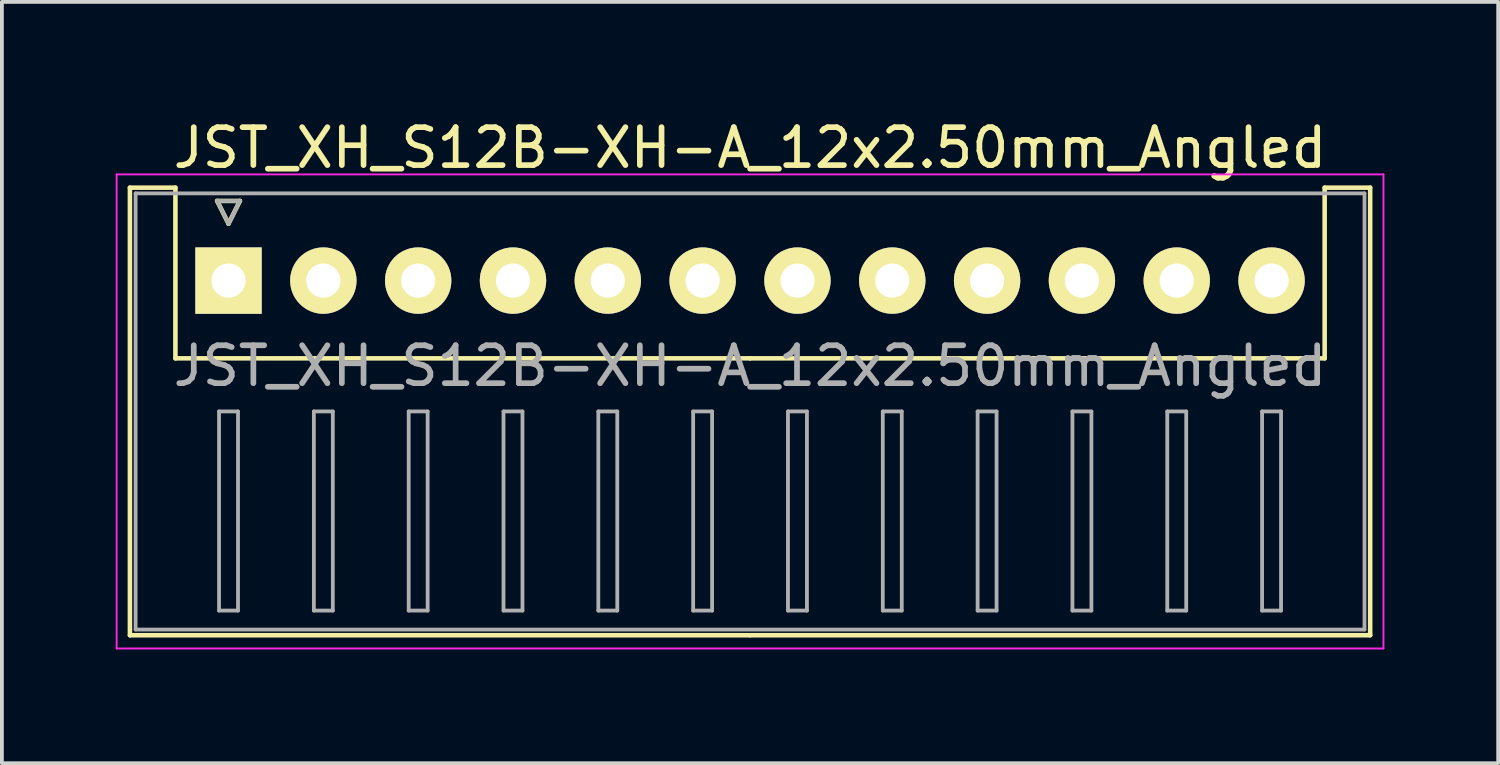
<source format=kicad_pcb>
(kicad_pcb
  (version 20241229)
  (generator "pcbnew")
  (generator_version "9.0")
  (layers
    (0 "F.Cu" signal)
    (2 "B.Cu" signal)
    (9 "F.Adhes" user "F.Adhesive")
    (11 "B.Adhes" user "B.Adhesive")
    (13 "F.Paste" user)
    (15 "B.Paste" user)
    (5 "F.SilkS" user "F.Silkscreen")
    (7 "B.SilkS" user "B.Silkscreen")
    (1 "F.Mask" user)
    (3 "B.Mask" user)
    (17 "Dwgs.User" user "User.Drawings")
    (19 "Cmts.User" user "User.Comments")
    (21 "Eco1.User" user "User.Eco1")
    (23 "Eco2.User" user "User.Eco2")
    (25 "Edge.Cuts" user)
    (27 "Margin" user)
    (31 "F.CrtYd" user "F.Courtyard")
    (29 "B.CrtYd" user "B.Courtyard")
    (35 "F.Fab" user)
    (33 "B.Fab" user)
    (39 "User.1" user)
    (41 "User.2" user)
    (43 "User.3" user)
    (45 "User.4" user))
  (footprint "JST_XH_S12B-XH-A_12x2.50mm_Angled"
    (layer "F.Cu")
    (at 2.975 4.348)
    (property "Reference" "JST_XH_S12B-XH-A_12x2.50mm_Angled" (at 13.75 -3.5 0) (layer "F.SilkS") (effects (font (size 1 1) (thickness 0.15))))
    (attr through_hole)
    (fp_line (start -2.6 -2.45) (end -1.4 -2.45) (stroke (width 0.12) (type solid)) (layer "F.SilkS"))
    (fp_line (start -2.6 9.35) (end -2.6 -2.45) (stroke (width 0.12) (type solid)) (layer "F.SilkS"))
    (fp_line (start -1.4 -2.45) (end -1.4 2.05) (stroke (width 0.12) (type solid)) (layer "F.SilkS"))
    (fp_line (start -1.4 2.05) (end 13.75 2.05) (stroke (width 0.12) (type solid)) (layer "F.SilkS"))
    (fp_line (start -0.3 -2.1) (end 0.3 -2.1) (stroke (width 0.12) (type solid)) (layer "F.SilkS"))
    (fp_line (start 0 -1.5) (end -0.3 -2.1) (stroke (width 0.12) (type solid)) (layer "F.SilkS"))
    (fp_line (start 0.3 -2.1) (end 0 -1.5) (stroke (width 0.12) (type solid)) (layer "F.SilkS"))
    (fp_line (start 13.75 9.35) (end -2.6 9.35) (stroke (width 0.12) (type solid)) (layer "F.SilkS"))
    (fp_line (start 13.75 9.35) (end 30.1 9.35) (stroke (width 0.12) (type solid)) (layer "F.SilkS"))
    (fp_line (start 28.9 -2.45) (end 28.9 2.05) (stroke (width 0.12) (type solid)) (layer "F.SilkS"))
    (fp_line (start 28.9 2.05) (end 13.75 2.05) (stroke (width 0.12) (type solid)) (layer "F.SilkS"))
    (fp_line (start 30.1 -2.45) (end 28.9 -2.45) (stroke (width 0.12) (type solid)) (layer "F.SilkS"))
    (fp_line (start 30.1 9.35) (end 30.1 -2.45) (stroke (width 0.12) (type solid)) (layer "F.SilkS"))
    (fp_line (start -2.95 -2.8) (end -2.95 9.7) (stroke (width 0.05) (type solid)) (layer "F.CrtYd"))
    (fp_line (start -2.95 9.7) (end 30.45 9.7) (stroke (width 0.05) (type solid)) (layer "F.CrtYd"))
    (fp_line (start 30.45 -2.8) (end -2.95 -2.8) (stroke (width 0.05) (type solid)) (layer "F.CrtYd"))
    (fp_line (start 30.45 9.7) (end 30.45 -2.8) (stroke (width 0.05) (type solid)) (layer "F.CrtYd"))
    (fp_line (start -2.45 -2.3) (end -2.45 9.2) (stroke (width 0.1) (type solid)) (layer "F.Fab"))
    (fp_line (start -2.45 9.2) (end 29.95 9.2) (stroke (width 0.1) (type solid)) (layer "F.Fab"))
    (fp_line (start -0.3 -2.1) (end 0.3 -2.1) (stroke (width 0.1) (type solid)) (layer "F.Fab"))
    (fp_line (start -0.25 3.45) (end -0.25 8.7) (stroke (width 0.1) (type solid)) (layer "F.Fab"))
    (fp_line (start -0.25 8.7) (end 0.25 8.7) (stroke (width 0.1) (type solid)) (layer "F.Fab"))
    (fp_line (start 0 -1.5) (end -0.3 -2.1) (stroke (width 0.1) (type solid)) (layer "F.Fab"))
    (fp_line (start 0.25 3.45) (end -0.25 3.45) (stroke (width 0.1) (type solid)) (layer "F.Fab"))
    (fp_line (start 0.25 8.7) (end 0.25 3.45) (stroke (width 0.1) (type solid)) (layer "F.Fab"))
    (fp_line (start 0.3 -2.1) (end 0 -1.5) (stroke (width 0.1) (type solid)) (layer "F.Fab"))
    (fp_line (start 2.25 3.45) (end 2.25 8.7) (stroke (width 0.1) (type solid)) (layer "F.Fab"))
    (fp_line (start 2.25 8.7) (end 2.75 8.7) (stroke (width 0.1) (type solid)) (layer "F.Fab"))
    (fp_line (start 2.75 3.45) (end 2.25 3.45) (stroke (width 0.1) (type solid)) (layer "F.Fab"))
    (fp_line (start 2.75 8.7) (end 2.75 3.45) (stroke (width 0.1) (type solid)) (layer "F.Fab"))
    (fp_line (start 4.75 3.45) (end 4.75 8.7) (stroke (width 0.1) (type solid)) (layer "F.Fab"))
    (fp_line (start 4.75 8.7) (end 5.25 8.7) (stroke (width 0.1) (type solid)) (layer "F.Fab"))
    (fp_line (start 5.25 3.45) (end 4.75 3.45) (stroke (width 0.1) (type solid)) (layer "F.Fab"))
    (fp_line (start 5.25 8.7) (end 5.25 3.45) (stroke (width 0.1) (type solid)) (layer "F.Fab"))
    (fp_line (start 7.25 3.45) (end 7.25 8.7) (stroke (width 0.1) (type solid)) (layer "F.Fab"))
    (fp_line (start 7.25 8.7) (end 7.75 8.7) (stroke (width 0.1) (type solid)) (layer "F.Fab"))
    (fp_line (start 7.75 3.45) (end 7.25 3.45) (stroke (width 0.1) (type solid)) (layer "F.Fab"))
    (fp_line (start 7.75 8.7) (end 7.75 3.45) (stroke (width 0.1) (type solid)) (layer "F.Fab"))
    (fp_line (start 9.75 3.45) (end 9.75 8.7) (stroke (width 0.1) (type solid)) (layer "F.Fab"))
    (fp_line (start 9.75 8.7) (end 10.25 8.7) (stroke (width 0.1) (type solid)) (layer "F.Fab"))
    (fp_line (start 10.25 3.45) (end 9.75 3.45) (stroke (width 0.1) (type solid)) (layer "F.Fab"))
    (fp_line (start 10.25 8.7) (end 10.25 3.45) (stroke (width 0.1) (type solid)) (layer "F.Fab"))
    (fp_line (start 12.25 3.45) (end 12.25 8.7) (stroke (width 0.1) (type solid)) (layer "F.Fab"))
    (fp_line (start 12.25 8.7) (end 12.75 8.7) (stroke (width 0.1) (type solid)) (layer "F.Fab"))
    (fp_line (start 12.75 3.45) (end 12.25 3.45) (stroke (width 0.1) (type solid)) (layer "F.Fab"))
    (fp_line (start 12.75 8.7) (end 12.75 3.45) (stroke (width 0.1) (type solid)) (layer "F.Fab"))
    (fp_line (start 14.75 3.45) (end 14.75 8.7) (stroke (width 0.1) (type solid)) (layer "F.Fab"))
    (fp_line (start 14.75 8.7) (end 15.25 8.7) (stroke (width 0.1) (type solid)) (layer "F.Fab"))
    (fp_line (start 15.25 3.45) (end 14.75 3.45) (stroke (width 0.1) (type solid)) (layer "F.Fab"))
    (fp_line (start 15.25 8.7) (end 15.25 3.45) (stroke (width 0.1) (type solid)) (layer "F.Fab"))
    (fp_line (start 17.25 3.45) (end 17.25 8.7) (stroke (width 0.1) (type solid)) (layer "F.Fab"))
    (fp_line (start 17.25 8.7) (end 17.75 8.7) (stroke (width 0.1) (type solid)) (layer "F.Fab"))
    (fp_line (start 17.75 3.45) (end 17.25 3.45) (stroke (width 0.1) (type solid)) (layer "F.Fab"))
    (fp_line (start 17.75 8.7) (end 17.75 3.45) (stroke (width 0.1) (type solid)) (layer "F.Fab"))
    (fp_line (start 19.75 3.45) (end 19.75 8.7) (stroke (width 0.1) (type solid)) (layer "F.Fab"))
    (fp_line (start 19.75 8.7) (end 20.25 8.7) (stroke (width 0.1) (type solid)) (layer "F.Fab"))
    (fp_line (start 20.25 3.45) (end 19.75 3.45) (stroke (width 0.1) (type solid)) (layer "F.Fab"))
    (fp_line (start 20.25 8.7) (end 20.25 3.45) (stroke (width 0.1) (type solid)) (layer "F.Fab"))
    (fp_line (start 22.25 3.45) (end 22.25 8.7) (stroke (width 0.1) (type solid)) (layer "F.Fab"))
    (fp_line (start 22.25 8.7) (end 22.75 8.7) (stroke (width 0.1) (type solid)) (layer "F.Fab"))
    (fp_line (start 22.75 3.45) (end 22.25 3.45) (stroke (width 0.1) (type solid)) (layer "F.Fab"))
    (fp_line (start 22.75 8.7) (end 22.75 3.45) (stroke (width 0.1) (type solid)) (layer "F.Fab"))
    (fp_line (start 24.75 3.45) (end 24.75 8.7) (stroke (width 0.1) (type solid)) (layer "F.Fab"))
    (fp_line (start 24.75 8.7) (end 25.25 8.7) (stroke (width 0.1) (type solid)) (layer "F.Fab"))
    (fp_line (start 25.25 3.45) (end 24.75 3.45) (stroke (width 0.1) (type solid)) (layer "F.Fab"))
    (fp_line (start 25.25 8.7) (end 25.25 3.45) (stroke (width 0.1) (type solid)) (layer "F.Fab"))
    (fp_line (start 27.25 3.45) (end 27.25 8.7) (stroke (width 0.1) (type solid)) (layer "F.Fab"))
    (fp_line (start 27.25 8.7) (end 27.75 8.7) (stroke (width 0.1) (type solid)) (layer "F.Fab"))
    (fp_line (start 27.75 3.45) (end 27.25 3.45) (stroke (width 0.1) (type solid)) (layer "F.Fab"))
    (fp_line (start 27.75 8.7) (end 27.75 3.45) (stroke (width 0.1) (type solid)) (layer "F.Fab"))
    (fp_line (start 29.95 -2.3) (end -2.45 -2.3) (stroke (width 0.1) (type solid)) (layer "F.Fab"))
    (fp_line (start 29.95 9.2) (end 29.95 -2.3) (stroke (width 0.1) (type solid)) (layer "F.Fab"))
    (fp_text user "${REFERENCE}" (at 13.75 2.25 0) (layer "F.Fab") (effects (font (size 1 1) (thickness 0.15))))
    (pad "1" thru_hole rect (at 0 0) (size 1.75 1.75) (drill 0.9) (layers "*.Cu" "*.Mask" "F.SilkS"))
    (pad "2" thru_hole circle (at 2.5 0) (size 1.75 1.75) (drill 0.9) (layers "*.Cu" "*.Mask" "F.SilkS"))
    (pad "3" thru_hole circle (at 5 0) (size 1.75 1.75) (drill 0.9) (layers "*.Cu" "*.Mask" "F.SilkS"))
    (pad "4" thru_hole circle (at 7.5 0) (size 1.75 1.75) (drill 0.9) (layers "*.Cu" "*.Mask" "F.SilkS"))
    (pad "5" thru_hole circle (at 10 0) (size 1.75 1.75) (drill 0.9) (layers "*.Cu" "*.Mask" "F.SilkS"))
    (pad "6" thru_hole circle (at 12.5 0) (size 1.75 1.75) (drill 0.9) (layers "*.Cu" "*.Mask" "F.SilkS"))
    (pad "7" thru_hole circle (at 15 0) (size 1.75 1.75) (drill 0.9) (layers "*.Cu" "*.Mask" "F.SilkS"))
    (pad "8" thru_hole circle (at 17.5 0) (size 1.75 1.75) (drill 0.9) (layers "*.Cu" "*.Mask" "F.SilkS"))
    (pad "9" thru_hole circle (at 20 0) (size 1.75 1.75) (drill 0.9) (layers "*.Cu" "*.Mask" "F.SilkS"))
    (pad "10" thru_hole circle (at 22.5 0) (size 1.75 1.75) (drill 0.9) (layers "*.Cu" "*.Mask" "F.SilkS"))
    (pad "11" thru_hole circle (at 25 0) (size 1.75 1.75) (drill 0.9) (layers "*.Cu" "*.Mask" "F.SilkS"))
    (pad "12" thru_hole circle (at 27.5 0) (size 1.75 1.75) (drill 0.9) (layers "*.Cu" "*.Mask" "F.SilkS")))
  (gr_rect
    (start -3 -3)
    (end 36.45 17.073)
    (stroke (width 0.1) (type default))
    (fill no)
    (layer "Edge.Cuts")))
</source>
